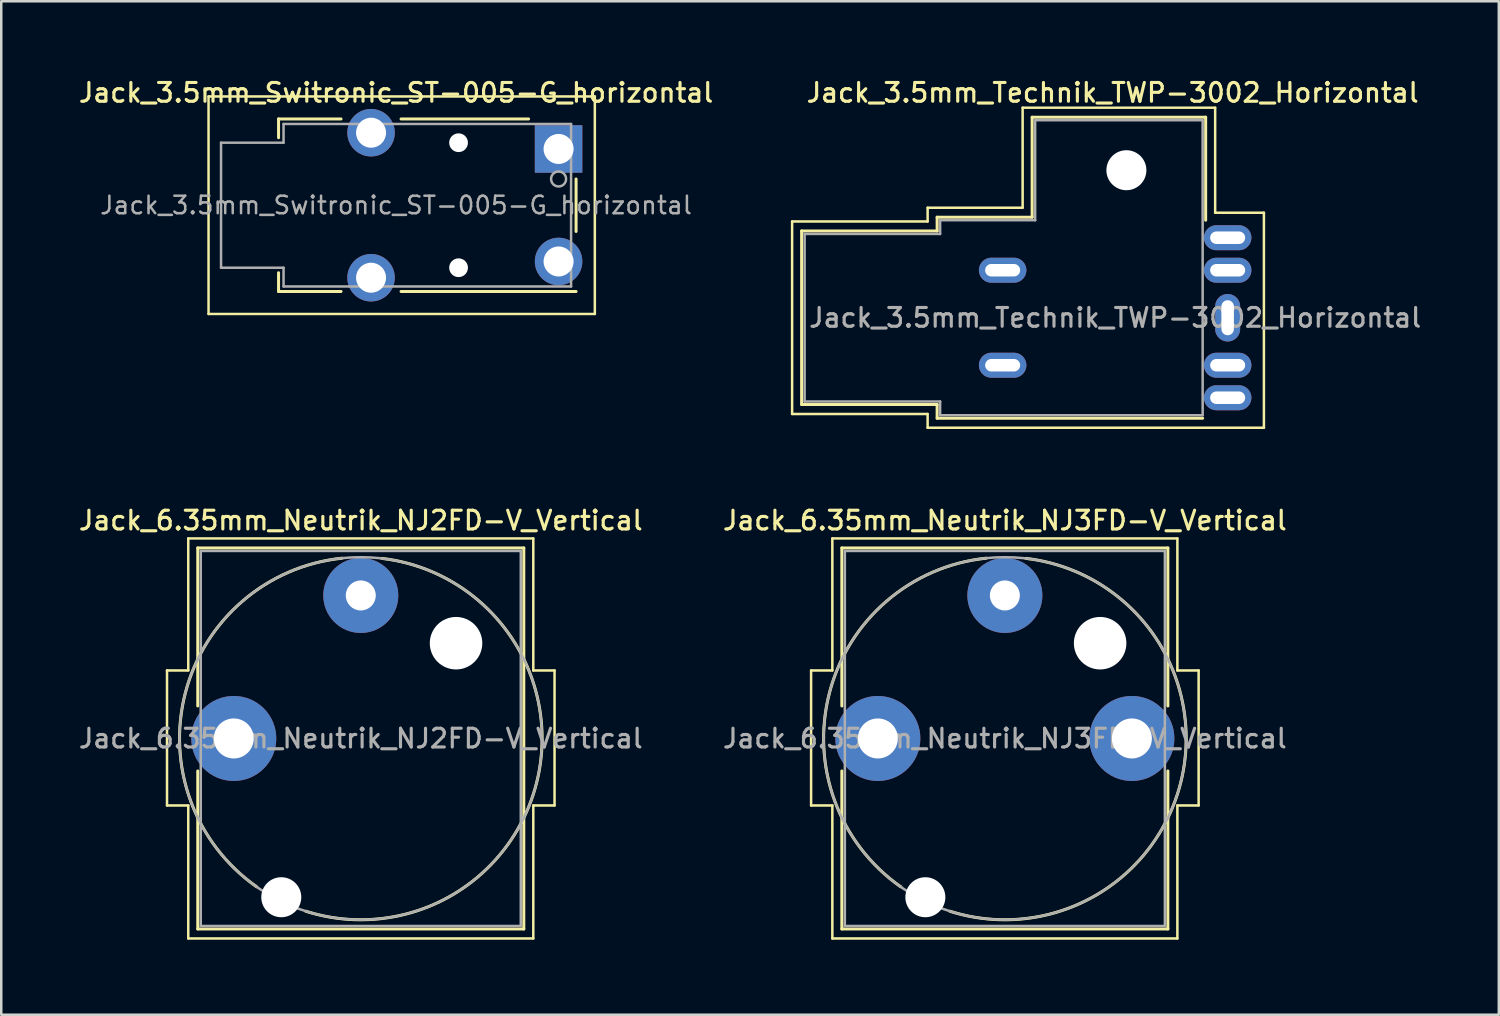
<source format=kicad_pcb>
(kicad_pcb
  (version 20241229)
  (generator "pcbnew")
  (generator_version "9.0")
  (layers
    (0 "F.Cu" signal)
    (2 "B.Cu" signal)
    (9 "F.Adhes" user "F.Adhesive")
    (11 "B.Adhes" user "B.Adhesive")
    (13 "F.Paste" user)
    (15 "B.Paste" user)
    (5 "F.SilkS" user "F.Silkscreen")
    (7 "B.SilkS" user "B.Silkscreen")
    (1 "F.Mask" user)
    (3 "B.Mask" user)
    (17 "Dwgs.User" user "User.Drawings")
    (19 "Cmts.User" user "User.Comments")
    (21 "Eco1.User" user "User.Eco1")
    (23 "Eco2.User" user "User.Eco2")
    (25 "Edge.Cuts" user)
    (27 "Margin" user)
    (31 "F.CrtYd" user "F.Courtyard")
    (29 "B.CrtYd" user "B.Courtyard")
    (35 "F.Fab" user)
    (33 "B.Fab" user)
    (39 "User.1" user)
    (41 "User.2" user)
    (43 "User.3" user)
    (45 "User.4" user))
  (footprint "Jack_3.5mm_Switronic_ST-005-G_horizontal"
    (layer "F.Cu")
    (at 12.791 5.158)
    (property "Reference" "Jack_3.5mm_Switronic_ST-005-G_horizontal" (at 0 -4.5 0) (layer "F.SilkS") (effects (font (size 0.75 0.75) (thickness 0.125))))
    (attr through_hole)
    (fp_line (start -7.5 -4.35) (end -7.5 4.35) (stroke (width 0.1) (type solid)) (layer "F.SilkS"))
    (fp_line (start -7.5 4.35) (end 7.95 4.35) (stroke (width 0.1) (type solid)) (layer "F.SilkS"))
    (fp_line (start -4.7 -3.45) (end -2.2 -3.45) (stroke (width 0.12) (type solid)) (layer "F.SilkS"))
    (fp_line (start -4.7 -2.7) (end -4.7 -3.45) (stroke (width 0.12) (type solid)) (layer "F.SilkS"))
    (fp_line (start -4.7 3.45) (end -4.7 2.7) (stroke (width 0.12) (type solid)) (layer "F.SilkS"))
    (fp_line (start -2.2 3.45) (end -4.7 3.45) (stroke (width 0.12) (type solid)) (layer "F.SilkS"))
    (fp_line (start 0.2 -3.45) (end 5.3 -3.45) (stroke (width 0.12) (type solid)) (layer "F.SilkS"))
    (fp_line (start 0.2 3.45) (end 7.2 3.45) (stroke (width 0.12) (type solid)) (layer "F.SilkS"))
    (fp_line (start 7.2 -1.05) (end 7.2 1.05) (stroke (width 0.12) (type solid)) (layer "F.SilkS"))
    (fp_line (start 7.95 -4.35) (end -7.5 -4.35) (stroke (width 0.1) (type solid)) (layer "F.SilkS"))
    (fp_line (start 7.95 4.35) (end 7.95 -4.35) (stroke (width 0.1) (type solid)) (layer "F.SilkS"))
    (fp_line (start -7 -2.5) (end -4.5 -2.5) (stroke (width 0.1) (type solid)) (layer "F.Fab"))
    (fp_line (start -7 2.5) (end -7 -2.5) (stroke (width 0.1) (type solid)) (layer "F.Fab"))
    (fp_line (start -4.5 -3.25) (end 7 -3.25) (stroke (width 0.1) (type solid)) (layer "F.Fab"))
    (fp_line (start -4.5 -2.5) (end -4.5 -3.25) (stroke (width 0.1) (type solid)) (layer "F.Fab"))
    (fp_line (start -4.5 2.5) (end -7 2.5) (stroke (width 0.1) (type solid)) (layer "F.Fab"))
    (fp_line (start -4.5 3.25) (end -4.5 2.5) (stroke (width 0.1) (type solid)) (layer "F.Fab"))
    (fp_line (start 7 -3.25) (end 7 3.25) (stroke (width 0.1) (type solid)) (layer "F.Fab"))
    (fp_line (start 7 3.25) (end -4.5 3.25) (stroke (width 0.1) (type solid)) (layer "F.Fab"))
    (fp_circle (center 6.5 -1.05) (end 6.8 -1.05) (stroke (width 0.1) (type solid)) (fill no) (layer "F.Fab"))
    (fp_text user "${REFERENCE}" (at 0 0 0) (layer "F.Fab") (effects (font (size 0.7 0.7) (thickness 0.1))))
    (pad "" np_thru_hole circle (at 2.5 -2.5) (size 0.75 0.75) (drill 1) (layers "*.Cu" "*.Mask"))
    (pad "" np_thru_hole circle (at 2.5 2.5) (size 0.75 0.75) (drill 1) (layers "*.Cu" "*.Mask"))
    (pad "R" thru_hole rect (at 6.5 -2.25) (size 1.9 1.9) (drill 1.2) (layers "*.Cu" "*.Mask"))
    (pad "S" thru_hole circle (at 6.5 2.25) (size 1.9 1.9) (drill 1.2) (layers "*.Cu" "*.Mask"))
    (pad "T" thru_hole circle (at -1 -2.9) (size 1.9 1.9) (drill 1.2) (layers "*.Cu" "*.Mask"))
    (pad "T" thru_hole circle (at -1 2.9) (size 1.9 1.9) (drill 1.2) (layers "*.Cu" "*.Mask")))
  (footprint "Jack_6.35mm_Neutrik_NJ3FD-V_Vertical"
    (layer "F.Cu")
    (at 37.141 20.766)
    (property "Reference" "Jack_6.35mm_Neutrik_NJ3FD-V_Vertical" (at 0 -3 0) (layer "F.SilkS") (effects (font (size 0.75 0.75) (thickness 0.125))))
    (attr through_hole)
    (fp_line (start -7.75 3) (end -7.75 8.4) (stroke (width 0.1) (type solid)) (layer "F.SilkS"))
    (fp_line (start -6.9 -2.28) (end -6.9 3) (stroke (width 0.1) (type solid)) (layer "F.SilkS"))
    (fp_line (start -6.9 -2.28) (end 6.9 -2.28) (stroke (width 0.1) (type solid)) (layer "F.SilkS"))
    (fp_line (start -6.9 3) (end -7.75 3) (stroke (width 0.1) (type solid)) (layer "F.SilkS"))
    (fp_line (start -6.9 8.4) (end -7.75 8.4) (stroke (width 0.1) (type solid)) (layer "F.SilkS"))
    (fp_line (start -6.9 8.4) (end -6.9 13.72) (stroke (width 0.1) (type solid)) (layer "F.SilkS"))
    (fp_line (start -6.9 13.72) (end 6.9 13.72) (stroke (width 0.1) (type solid)) (layer "F.SilkS"))
    (fp_line (start -6.52 -1.9) (end -6.52 4.42) (stroke (width 0.12) (type solid)) (layer "F.SilkS"))
    (fp_line (start -6.52 -1.9) (end 6.52 -1.9) (stroke (width 0.12) (type solid)) (layer "F.SilkS"))
    (fp_line (start -6.52 7.02) (end -6.52 13.34) (stroke (width 0.12) (type solid)) (layer "F.SilkS"))
    (fp_line (start -6.52 13.34) (end 6.52 13.34) (stroke (width 0.12) (type solid)) (layer "F.SilkS"))
    (fp_line (start 6.52 -1.9) (end 6.52 4.42) (stroke (width 0.12) (type solid)) (layer "F.SilkS"))
    (fp_line (start 6.52 7.02) (end 6.52 13.34) (stroke (width 0.12) (type solid)) (layer "F.SilkS"))
    (fp_line (start 6.9 -2.28) (end 6.9 3) (stroke (width 0.1) (type solid)) (layer "F.SilkS"))
    (fp_line (start 6.9 3) (end 7.75 3) (stroke (width 0.1) (type solid)) (layer "F.SilkS"))
    (fp_line (start 6.9 8.4) (end 6.9 13.72) (stroke (width 0.1) (type solid)) (layer "F.SilkS"))
    (fp_line (start 6.9 8.4) (end 7.75 8.4) (stroke (width 0.1) (type solid)) (layer "F.SilkS"))
    (fp_line (start 7.75 3) (end 7.75 8.4) (stroke (width 0.1) (type solid)) (layer "F.SilkS"))
    (fp_arc (start -4.164153 11.6535) (mid -7.016062 3.897509) (end -0.75 -1.49) (stroke (width 0.12) (type solid)) (layer "F.SilkS"))
    (fp_arc (start 0.84109 -1.482824) (mid 7.089049 7.247578) (end -2.2 12.63) (stroke (width 0.12) (type solid)) (layer "F.SilkS"))
    (fp_line (start -6.4 -1.78) (end -6.4 13.22) (stroke (width 0.1) (type solid)) (layer "F.Fab"))
    (fp_line (start -6.4 -1.78) (end 6.4 -1.78) (stroke (width 0.1) (type solid)) (layer "F.Fab"))
    (fp_line (start -6.4 13.22) (end 6.4 13.22) (stroke (width 0.1) (type solid)) (layer "F.Fab"))
    (fp_line (start 6.4 -1.78) (end 6.4 13.22) (stroke (width 0.1) (type solid)) (layer "F.Fab"))
    (fp_circle (center 0 5.72) (end -7.25 5.72) (stroke (width 0.1) (type solid)) (fill no) (layer "F.Fab"))
    (fp_text user "${REFERENCE}" (at 0 5.72 0) (layer "F.Fab") (effects (font (size 0.75 0.75) (thickness 0.125))))
    (pad "" np_thru_hole circle (at -3.18 12.07 180) (size 1.6 1.6) (drill 1.6) (layers "*.Cu" "*.Mask"))
    (pad "" np_thru_hole circle (at 3.81 1.91 180) (size 2.1 2.1) (drill 2.1) (layers "*.Cu" "*.Mask"))
    (pad "R" thru_hole circle (at 5.08 5.72 180) (size 3.4 3.4) (drill 1.6) (layers "*.Cu" "*.Mask"))
    (pad "S" thru_hole circle (at -5.08 5.72 180) (size 3.4 3.4) (drill 1.6) (layers "*.Cu" "*.Mask"))
    (pad "T" thru_hole circle (at 0 0 180) (size 3 3) (drill 1.2) (layers "*.Cu" "*.Mask")))
  (footprint "Jack_6.35mm_Neutrik_NJ2FD-V_Vertical"
    (layer "F.Cu")
    (at 11.38 20.766)
    (property "Reference" "Jack_6.35mm_Neutrik_NJ2FD-V_Vertical" (at 0 -3 0) (layer "F.SilkS") (effects (font (size 0.75 0.75) (thickness 0.125))))
    (attr through_hole)
    (fp_line (start -7.75 3) (end -7.75 8.4) (stroke (width 0.1) (type solid)) (layer "F.SilkS"))
    (fp_line (start -6.9 -2.28) (end -6.9 3) (stroke (width 0.1) (type solid)) (layer "F.SilkS"))
    (fp_line (start -6.9 -2.28) (end 6.9 -2.28) (stroke (width 0.1) (type solid)) (layer "F.SilkS"))
    (fp_line (start -6.9 3) (end -7.75 3) (stroke (width 0.1) (type solid)) (layer "F.SilkS"))
    (fp_line (start -6.9 8.4) (end -7.75 8.4) (stroke (width 0.1) (type solid)) (layer "F.SilkS"))
    (fp_line (start -6.9 8.4) (end -6.9 13.72) (stroke (width 0.1) (type solid)) (layer "F.SilkS"))
    (fp_line (start -6.9 13.72) (end 6.9 13.72) (stroke (width 0.1) (type solid)) (layer "F.SilkS"))
    (fp_line (start -6.52 -1.9) (end -6.52 4.42) (stroke (width 0.12) (type solid)) (layer "F.SilkS"))
    (fp_line (start -6.52 -1.9) (end 6.52 -1.9) (stroke (width 0.12) (type solid)) (layer "F.SilkS"))
    (fp_line (start -6.52 7.02) (end -6.52 13.34) (stroke (width 0.12) (type solid)) (layer "F.SilkS"))
    (fp_line (start -6.52 13.34) (end 6.52 13.34) (stroke (width 0.12) (type solid)) (layer "F.SilkS"))
    (fp_line (start 6.52 -1.9) (end 6.52 13.34) (stroke (width 0.12) (type solid)) (layer "F.SilkS"))
    (fp_line (start 6.9 -2.28) (end 6.9 3) (stroke (width 0.1) (type solid)) (layer "F.SilkS"))
    (fp_line (start 6.9 3) (end 7.75 3) (stroke (width 0.1) (type solid)) (layer "F.SilkS"))
    (fp_line (start 6.9 8.4) (end 6.9 13.72) (stroke (width 0.1) (type solid)) (layer "F.SilkS"))
    (fp_line (start 6.9 8.4) (end 7.75 8.4) (stroke (width 0.1) (type solid)) (layer "F.SilkS"))
    (fp_line (start 7.75 3) (end 7.75 8.4) (stroke (width 0.1) (type solid)) (layer "F.SilkS"))
    (fp_arc (start -4.164153 11.6535) (mid -7.016062 3.897509) (end -0.75 -1.49) (stroke (width 0.12) (type solid)) (layer "F.SilkS"))
    (fp_arc (start 0.84109 -1.482824) (mid 7.089049 7.247578) (end -2.2 12.63) (stroke (width 0.12) (type solid)) (layer "F.SilkS"))
    (fp_line (start -6.4 -1.78) (end -6.4 13.22) (stroke (width 0.1) (type solid)) (layer "F.Fab"))
    (fp_line (start -6.4 -1.78) (end 6.4 -1.78) (stroke (width 0.1) (type solid)) (layer "F.Fab"))
    (fp_line (start -6.4 13.22) (end 6.4 13.22) (stroke (width 0.1) (type solid)) (layer "F.Fab"))
    (fp_line (start 6.4 -1.78) (end 6.4 13.22) (stroke (width 0.1) (type solid)) (layer "F.Fab"))
    (fp_circle (center 0 5.72) (end -7.25 5.72) (stroke (width 0.1) (type solid)) (fill no) (layer "F.Fab"))
    (fp_text user "${REFERENCE}" (at 0 5.72 0) (layer "F.Fab") (effects (font (size 0.75 0.75) (thickness 0.125))))
    (pad "" np_thru_hole circle (at -3.18 12.07 180) (size 1.6 1.6) (drill 1.6) (layers "*.Cu" "*.Mask"))
    (pad "" np_thru_hole circle (at 3.81 1.91 180) (size 2.1 2.1) (drill 2.1) (layers "*.Cu" "*.Mask"))
    (pad "S" thru_hole circle (at -5.08 5.72 180) (size 3.4 3.4) (drill 1.6) (layers "*.Cu" "*.Mask"))
    (pad "T" thru_hole circle (at 0 0 180) (size 3 3) (drill 1.2) (layers "*.Cu" "*.Mask")))
  (footprint "Jack_3.5mm_Technik_TWP-3002_Horizontal"
    (layer "F.Cu")
    (at 46.052 11.558)
    (property "Reference" "Jack_3.5mm_Technik_TWP-3002_Horizontal" (at -4.6 -10.9 0) (layer "F.SilkS") (effects (font (size 0.75 0.75) (thickness 0.125))))
    (attr through_hole)
    (fp_line (start -17.42 -5.75) (end -12 -5.75) (stroke (width 0.1) (type solid)) (layer "F.SilkS"))
    (fp_line (start -17.42 1.95) (end -17.42 -5.75) (stroke (width 0.1) (type solid)) (layer "F.SilkS"))
    (fp_line (start -17.04 -5.37) (end -17.04 1.57) (stroke (width 0.12) (type solid)) (layer "F.SilkS"))
    (fp_line (start -17.04 1.57) (end -11.62 1.57) (stroke (width 0.12) (type solid)) (layer "F.SilkS"))
    (fp_line (start -12 -6.3) (end -8.2 -6.3) (stroke (width 0.1) (type solid)) (layer "F.SilkS"))
    (fp_line (start -12 -5.75) (end -12 -6.3) (stroke (width 0.1) (type solid)) (layer "F.SilkS"))
    (fp_line (start -12 1.95) (end -17.42 1.95) (stroke (width 0.1) (type solid)) (layer "F.SilkS"))
    (fp_line (start -12 1.95) (end -12 2.5) (stroke (width 0.1) (type solid)) (layer "F.SilkS"))
    (fp_line (start -11.62 -5.92) (end -11.62 -5.37) (stroke (width 0.12) (type solid)) (layer "F.SilkS"))
    (fp_line (start -11.62 -5.37) (end -17.04 -5.37) (stroke (width 0.12) (type solid)) (layer "F.SilkS"))
    (fp_line (start -11.62 1.57) (end -11.62 2.12) (stroke (width 0.12) (type solid)) (layer "F.SilkS"))
    (fp_line (start -11.62 2.12) (end -1 2.12) (stroke (width 0.12) (type solid)) (layer "F.SilkS"))
    (fp_line (start -8.2 -10.3) (end -8.2 -6.3) (stroke (width 0.1) (type solid)) (layer "F.SilkS"))
    (fp_line (start -8.2 -10.3) (end -0.5 -10.3) (stroke (width 0.1) (type solid)) (layer "F.SilkS"))
    (fp_line (start -7.82 -9.92) (end -7.82 -5.92) (stroke (width 0.12) (type solid)) (layer "F.SilkS"))
    (fp_line (start -7.82 -5.92) (end -11.62 -5.92) (stroke (width 0.12) (type solid)) (layer "F.SilkS"))
    (fp_line (start -0.88 -9.92) (end -7.82 -9.92) (stroke (width 0.12) (type solid)) (layer "F.SilkS"))
    (fp_line (start -0.88 -5.8) (end -0.88 -9.92) (stroke (width 0.12) (type solid)) (layer "F.SilkS"))
    (fp_line (start -0.5 -10.3) (end -0.5 -6.1) (stroke (width 0.1) (type solid)) (layer "F.SilkS"))
    (fp_line (start -0.5 -6.1) (end 1.45 -6.1) (stroke (width 0.1) (type solid)) (layer "F.SilkS"))
    (fp_line (start 1.45 -6.1) (end 1.45 2.5) (stroke (width 0.1) (type solid)) (layer "F.SilkS"))
    (fp_line (start 1.45 2.5) (end -12 2.5) (stroke (width 0.1) (type solid)) (layer "F.SilkS"))
    (fp_line (start -16.92 -5.25) (end -16.92 1.45) (stroke (width 0.1) (type solid)) (layer "F.Fab"))
    (fp_line (start -16.92 1.45) (end -11.5 1.45) (stroke (width 0.1) (type solid)) (layer "F.Fab"))
    (fp_line (start -11.5 -5.8) (end -11.5 -5.25) (stroke (width 0.1) (type solid)) (layer "F.Fab"))
    (fp_line (start -11.5 -5.25) (end -16.92 -5.25) (stroke (width 0.1) (type solid)) (layer "F.Fab"))
    (fp_line (start -11.5 1.45) (end -11.5 2) (stroke (width 0.1) (type solid)) (layer "F.Fab"))
    (fp_line (start -11.5 2) (end -1 2) (stroke (width 0.1) (type solid)) (layer "F.Fab"))
    (fp_line (start -7.7 -9.8) (end -7.7 -5.8) (stroke (width 0.1) (type solid)) (layer "F.Fab"))
    (fp_line (start -7.7 -5.8) (end -11.5 -5.8) (stroke (width 0.1) (type solid)) (layer "F.Fab"))
    (fp_line (start -1 -9.8) (end -7.7 -9.8) (stroke (width 0.1) (type solid)) (layer "F.Fab"))
    (fp_line (start -1 2) (end -1 -9.8) (stroke (width 0.1) (type solid)) (layer "F.Fab"))
    (fp_text user "${REFERENCE}" (at -4.5 -1.9 0) (layer "F.Fab") (effects (font (size 0.75 0.75) (thickness 0.125))))
    (pad "" thru_hole oval (at -9 -3.8) (size 1.9 1) (drill oval 1.4 0.5) (layers "*.Cu" "*.Mask"))
    (pad "" thru_hole oval (at -9 0) (size 1.9 1) (drill oval 1.4 0.5) (layers "*.Cu" "*.Mask"))
    (pad "" np_thru_hole circle (at -4.05 -7.8) (size 1.6 1.6) (drill 1.6) (layers "*.Cu" "*.Mask"))
    (pad "R1" thru_hole oval (at 0 -1.9) (size 1 1.9) (drill oval 0.5 1.4) (layers "*.Cu" "*.Mask"))
    (pad "R2" thru_hole oval (at 0 -5.1) (size 1.9 1) (drill oval 1.4 0.5) (layers "*.Cu" "*.Mask"))
    (pad "S" thru_hole oval (at 0 1.3) (size 1.9 1) (drill oval 1.4 0.5) (layers "*.Cu" "*.Mask"))
    (pad "T" thru_hole oval (at 0 -3.8) (size 1.9 1) (drill oval 1.4 0.5) (layers "*.Cu" "*.Mask"))
    (pad "T" thru_hole oval (at 0 0) (size 1.9 1) (drill oval 1.4 0.5) (layers "*.Cu" "*.Mask")))
  (gr_rect
    (start -3 -3)
    (end 56.897 37.536)
    (stroke (width 0.1) (type default))
    (fill no)
    (layer "Edge.Cuts")))
</source>
